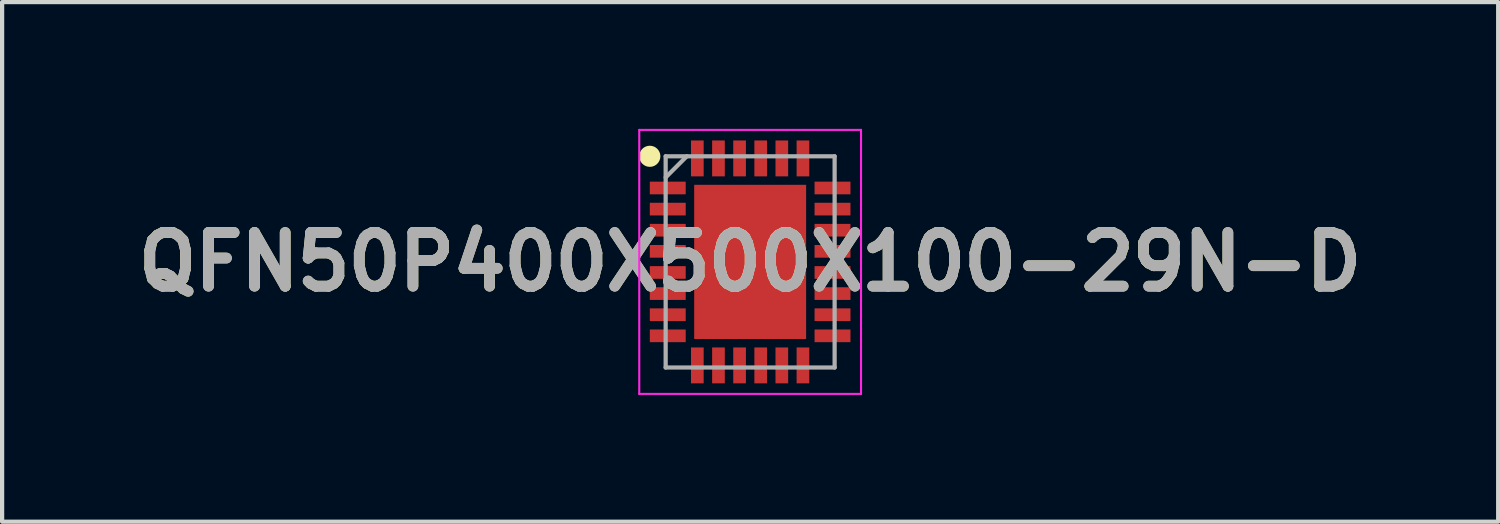
<source format=kicad_pcb>
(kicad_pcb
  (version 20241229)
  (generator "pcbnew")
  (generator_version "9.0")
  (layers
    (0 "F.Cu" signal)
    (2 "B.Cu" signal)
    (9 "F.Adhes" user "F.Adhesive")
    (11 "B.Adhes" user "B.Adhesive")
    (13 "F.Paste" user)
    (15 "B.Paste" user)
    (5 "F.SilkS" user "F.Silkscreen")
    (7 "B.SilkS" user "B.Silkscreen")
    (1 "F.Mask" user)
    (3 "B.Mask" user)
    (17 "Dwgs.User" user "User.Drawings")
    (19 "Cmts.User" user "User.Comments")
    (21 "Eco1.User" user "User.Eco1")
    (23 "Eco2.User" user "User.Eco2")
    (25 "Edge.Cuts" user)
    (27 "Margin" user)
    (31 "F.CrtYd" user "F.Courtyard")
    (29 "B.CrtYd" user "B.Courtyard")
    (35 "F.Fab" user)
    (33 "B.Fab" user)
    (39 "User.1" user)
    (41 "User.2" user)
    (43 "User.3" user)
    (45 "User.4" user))
  (footprint "QFN50P400X500X100-29N-D"
    (layer "F.Cu")
    (at 14.708 3.15)
    (property "Reference" "QFN50P400X500X100-29N-D" (at 0 0 0) (layer "F.SilkS") (effects (font (size 1.27 1.27) (thickness 0.254))))
    (attr smd)
    (fp_circle (center -2.375 -2.5) (end -2.375 -2.375) (stroke (width 0.25) (type solid)) (fill no) (layer "F.SilkS"))
    (fp_line (start -2.625 -3.125) (end 2.625 -3.125) (stroke (width 0.05) (type solid)) (layer "F.CrtYd"))
    (fp_line (start -2.625 3.125) (end -2.625 -3.125) (stroke (width 0.05) (type solid)) (layer "F.CrtYd"))
    (fp_line (start 2.625 -3.125) (end 2.625 3.125) (stroke (width 0.05) (type solid)) (layer "F.CrtYd"))
    (fp_line (start 2.625 3.125) (end -2.625 3.125) (stroke (width 0.05) (type solid)) (layer "F.CrtYd"))
    (fp_line (start -2 -2.5) (end 2 -2.5) (stroke (width 0.1) (type solid)) (layer "F.Fab"))
    (fp_line (start -2 -2) (end -1.5 -2.5) (stroke (width 0.1) (type solid)) (layer "F.Fab"))
    (fp_line (start -2 2.5) (end -2 -2.5) (stroke (width 0.1) (type solid)) (layer "F.Fab"))
    (fp_line (start 2 -2.5) (end 2 2.5) (stroke (width 0.1) (type solid)) (layer "F.Fab"))
    (fp_line (start 2 2.5) (end -2 2.5) (stroke (width 0.1) (type solid)) (layer "F.Fab"))
    (fp_text user "${REFERENCE}" (at 0 0 0) (layer "F.Fab") (effects (font (size 1.27 1.27) (thickness 0.254))))
    (pad "1" smd rect (at -1.95 -1.75 90) (size 0.3 0.85) (layers "F.Cu" "F.Mask" "F.Paste"))
    (pad "2" smd rect (at -1.95 -1.25 90) (size 0.3 0.85) (layers "F.Cu" "F.Mask" "F.Paste"))
    (pad "3" smd rect (at -1.95 -0.75 90) (size 0.3 0.85) (layers "F.Cu" "F.Mask" "F.Paste"))
    (pad "4" smd rect (at -1.95 -0.25 90) (size 0.3 0.85) (layers "F.Cu" "F.Mask" "F.Paste"))
    (pad "5" smd rect (at -1.95 0.25 90) (size 0.3 0.85) (layers "F.Cu" "F.Mask" "F.Paste"))
    (pad "6" smd rect (at -1.95 0.75 90) (size 0.3 0.85) (layers "F.Cu" "F.Mask" "F.Paste"))
    (pad "7" smd rect (at -1.95 1.25 90) (size 0.3 0.85) (layers "F.Cu" "F.Mask" "F.Paste"))
    (pad "8" smd rect (at -1.95 1.75 90) (size 0.3 0.85) (layers "F.Cu" "F.Mask" "F.Paste"))
    (pad "9" smd rect (at -1.25 2.45) (size 0.3 0.85) (layers "F.Cu" "F.Mask" "F.Paste"))
    (pad "10" smd rect (at -0.75 2.45) (size 0.3 0.85) (layers "F.Cu" "F.Mask" "F.Paste"))
    (pad "11" smd rect (at -0.25 2.45) (size 0.3 0.85) (layers "F.Cu" "F.Mask" "F.Paste"))
    (pad "12" smd rect (at 0.25 2.45) (size 0.3 0.85) (layers "F.Cu" "F.Mask" "F.Paste"))
    (pad "13" smd rect (at 0.75 2.45) (size 0.3 0.85) (layers "F.Cu" "F.Mask" "F.Paste"))
    (pad "14" smd rect (at 1.25 2.45) (size 0.3 0.85) (layers "F.Cu" "F.Mask" "F.Paste"))
    (pad "15" smd rect (at 1.95 1.75 90) (size 0.3 0.85) (layers "F.Cu" "F.Mask" "F.Paste"))
    (pad "16" smd rect (at 1.95 1.25 90) (size 0.3 0.85) (layers "F.Cu" "F.Mask" "F.Paste"))
    (pad "17" smd rect (at 1.95 0.75 90) (size 0.3 0.85) (layers "F.Cu" "F.Mask" "F.Paste"))
    (pad "18" smd rect (at 1.95 0.25 90) (size 0.3 0.85) (layers "F.Cu" "F.Mask" "F.Paste"))
    (pad "19" smd rect (at 1.95 -0.25 90) (size 0.3 0.85) (layers "F.Cu" "F.Mask" "F.Paste"))
    (pad "20" smd rect (at 1.95 -0.75 90) (size 0.3 0.85) (layers "F.Cu" "F.Mask" "F.Paste"))
    (pad "21" smd rect (at 1.95 -1.25 90) (size 0.3 0.85) (layers "F.Cu" "F.Mask" "F.Paste"))
    (pad "22" smd rect (at 1.95 -1.75 90) (size 0.3 0.85) (layers "F.Cu" "F.Mask" "F.Paste"))
    (pad "23" smd rect (at 1.25 -2.45) (size 0.3 0.85) (layers "F.Cu" "F.Mask" "F.Paste"))
    (pad "24" smd rect (at 0.75 -2.45) (size 0.3 0.85) (layers "F.Cu" "F.Mask" "F.Paste"))
    (pad "25" smd rect (at 0.25 -2.45) (size 0.3 0.85) (layers "F.Cu" "F.Mask" "F.Paste"))
    (pad "26" smd rect (at -0.25 -2.45) (size 0.3 0.85) (layers "F.Cu" "F.Mask" "F.Paste"))
    (pad "27" smd rect (at -0.75 -2.45) (size 0.3 0.85) (layers "F.Cu" "F.Mask" "F.Paste"))
    (pad "28" smd rect (at -1.25 -2.45) (size 0.3 0.85) (layers "F.Cu" "F.Mask" "F.Paste"))
    (pad "29" smd rect (at 0 0) (size 2.65 3.65) (layers "F.Cu" "F.Mask" "F.Paste")))
  (gr_rect
    (start -3 -3)
    (end 32.416 9.3)
    (stroke (width 0.1) (type default))
    (fill no)
    (layer "Edge.Cuts")))
</source>
